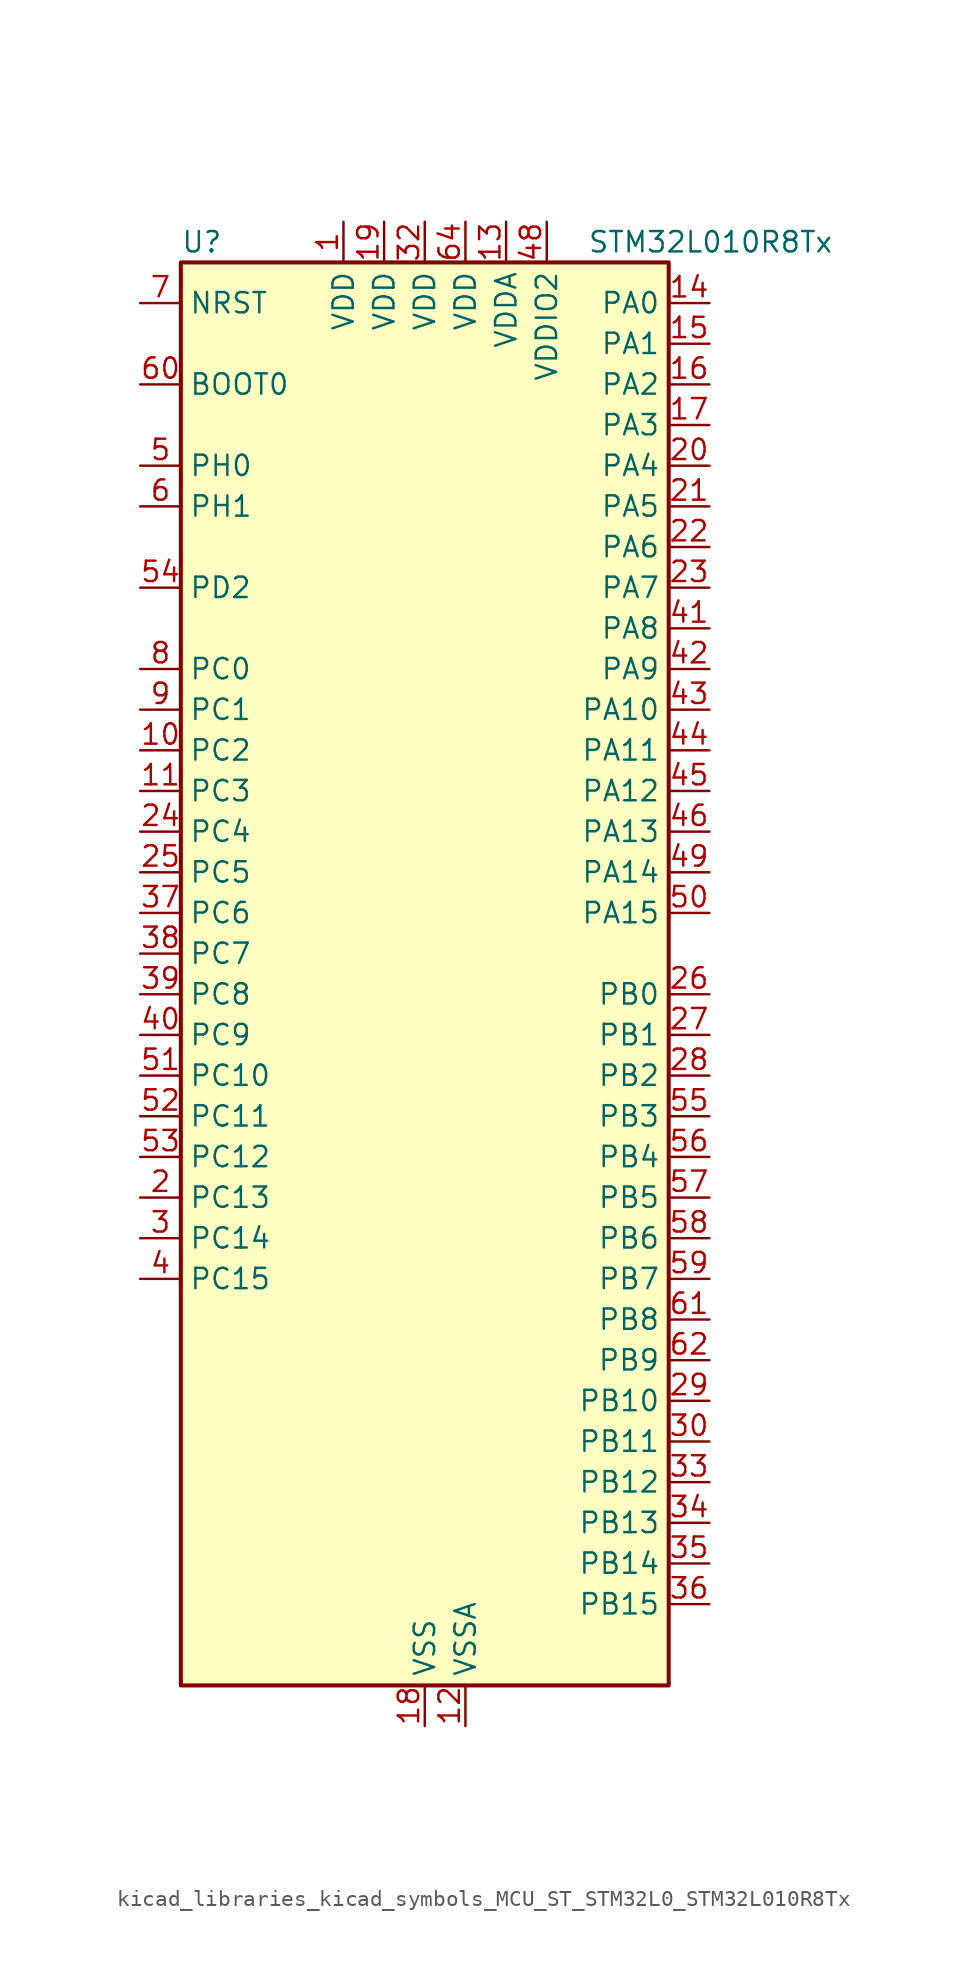
<source format=kicad_sym>
(kicad_symbol_lib
  (version 20220914)
  (generator kicad_symbol_editor)
  (symbol "kicad_libraries_kicad_symbols_MCU_ST_STM32L0_STM32L010R8Tx"
    (property "Reference" "U"
      (at -15.24 46.99 0)
      (effects (font (size 1.27 1.27)) (justify left)))
    (property "Value" "STM32L010R8Tx"
      (at 10.16 46.99 0)
      (effects (font (size 1.27 1.27)) (justify left)))
    (property "ki_locked" ""
      (at 0 0 0)
      (effects (font (size 1.27 1.27))))
    (symbol "kicad_libraries_kicad_symbols_MCU_ST_STM32L0_STM32L010R8Tx_0_1"
      (rectangle (start -15.24 -43.18) (end 15.24 45.72) (stroke (width 0.254) (type default)) (fill (type background))))
    (symbol "kicad_libraries_kicad_symbols_MCU_ST_STM32L0_STM32L010R8Tx_1_1"
      (pin power_in line (at -5.08 48.26 270) (length 2.54) (name "VDD" (effects (font (size 1.27 1.27)))) (number "1" (effects (font (size 1.27 1.27)))))
      (pin bidirectional line (at -17.78 15.24 0) (length 2.54) (name "PC2" (effects (font (size 1.27 1.27)))) (number "10" (effects (font (size 1.27 1.27)))) (alternate "ADC_IN12" bidirectional line) (alternate "LPTIM1_IN2" bidirectional line))
      (pin bidirectional line (at -17.78 12.7 0) (length 2.54) (name "PC3" (effects (font (size 1.27 1.27)))) (number "11" (effects (font (size 1.27 1.27)))) (alternate "ADC_IN13" bidirectional line) (alternate "LPTIM1_ETR" bidirectional line))
      (pin power_in line (at 2.54 -45.72 90) (length 2.54) (name "VSSA" (effects (font (size 1.27 1.27)))) (number "12" (effects (font (size 1.27 1.27)))))
      (pin power_in line (at 5.08 48.26 270) (length 2.54) (name "VDDA" (effects (font (size 1.27 1.27)))) (number "13" (effects (font (size 1.27 1.27)))))
      (pin bidirectional line (at 17.78 43.18 180) (length 2.54) (name "PA0" (effects (font (size 1.27 1.27)))) (number "14" (effects (font (size 1.27 1.27)))) (alternate "ADC_IN0" bidirectional line) (alternate "RTC_TAMP2" bidirectional line) (alternate "SYS_WKUP1" bidirectional line) (alternate "TIM2_CH1" bidirectional line) (alternate "TIM2_ETR" bidirectional line) (alternate "USART2_CTS" bidirectional line))
      (pin bidirectional line (at 17.78 40.64 180) (length 2.54) (name "PA1" (effects (font (size 1.27 1.27)))) (number "15" (effects (font (size 1.27 1.27)))) (alternate "ADC_IN1" bidirectional line) (alternate "TIM21_ETR" bidirectional line) (alternate "TIM2_CH2" bidirectional line) (alternate "USART2_DE" bidirectional line) (alternate "USART2_RTS" bidirectional line))
      (pin bidirectional line (at 17.78 38.1 180) (length 2.54) (name "PA2" (effects (font (size 1.27 1.27)))) (number "16" (effects (font (size 1.27 1.27)))) (alternate "ADC_IN2" bidirectional line) (alternate "TIM21_CH1" bidirectional line) (alternate "TIM2_CH3" bidirectional line) (alternate "USART2_TX" bidirectional line))
      (pin bidirectional line (at 17.78 35.56 180) (length 2.54) (name "PA3" (effects (font (size 1.27 1.27)))) (number "17" (effects (font (size 1.27 1.27)))) (alternate "ADC_IN3" bidirectional line) (alternate "TIM21_CH2" bidirectional line) (alternate "TIM2_CH4" bidirectional line) (alternate "USART2_RX" bidirectional line))
      (pin power_in line (at 0 -45.72 90) (length 2.54) (name "VSS" (effects (font (size 1.27 1.27)))) (number "18" (effects (font (size 1.27 1.27)))))
      (pin power_in line (at -2.54 48.26 270) (length 2.54) (name "VDD" (effects (font (size 1.27 1.27)))) (number "19" (effects (font (size 1.27 1.27)))))
      (pin bidirectional line (at -17.78 -12.7 0) (length 2.54) (name "PC13" (effects (font (size 1.27 1.27)))) (number "2" (effects (font (size 1.27 1.27)))) (alternate "RTC_OUT_ALARM" bidirectional line) (alternate "RTC_OUT_CALIB" bidirectional line) (alternate "RTC_TAMP1" bidirectional line) (alternate "RTC_TS" bidirectional line) (alternate "SYS_WKUP2" bidirectional line))
      (pin bidirectional line (at 17.78 33.02 180) (length 2.54) (name "PA4" (effects (font (size 1.27 1.27)))) (number "20" (effects (font (size 1.27 1.27)))) (alternate "ADC_IN4" bidirectional line) (alternate "SPI1_NSS" bidirectional line) (alternate "USART2_CK" bidirectional line))
      (pin bidirectional line (at 17.78 30.48 180) (length 2.54) (name "PA5" (effects (font (size 1.27 1.27)))) (number "21" (effects (font (size 1.27 1.27)))) (alternate "ADC_IN5" bidirectional line) (alternate "SPI1_SCK" bidirectional line) (alternate "TIM2_CH1" bidirectional line) (alternate "TIM2_ETR" bidirectional line))
      (pin bidirectional line (at 17.78 27.94 180) (length 2.54) (name "PA6" (effects (font (size 1.27 1.27)))) (number "22" (effects (font (size 1.27 1.27)))) (alternate "ADC_IN6" bidirectional line) (alternate "LPUART1_CTS" bidirectional line) (alternate "SPI1_MISO" bidirectional line))
      (pin bidirectional line (at 17.78 25.4 180) (length 2.54) (name "PA7" (effects (font (size 1.27 1.27)))) (number "23" (effects (font (size 1.27 1.27)))) (alternate "ADC_IN7" bidirectional line) (alternate "SPI1_MOSI" bidirectional line))
      (pin bidirectional line (at -17.78 10.16 0) (length 2.54) (name "PC4" (effects (font (size 1.27 1.27)))) (number "24" (effects (font (size 1.27 1.27)))) (alternate "ADC_IN14" bidirectional line) (alternate "LPUART1_TX" bidirectional line))
      (pin bidirectional line (at -17.78 7.62 0) (length 2.54) (name "PC5" (effects (font (size 1.27 1.27)))) (number "25" (effects (font (size 1.27 1.27)))) (alternate "ADC_IN15" bidirectional line) (alternate "LPUART1_RX" bidirectional line))
      (pin bidirectional line (at 17.78 0 180) (length 2.54) (name "PB0" (effects (font (size 1.27 1.27)))) (number "26" (effects (font (size 1.27 1.27)))) (alternate "ADC_IN8" bidirectional line) (alternate "SYS_VREF_OUT_PB0" bidirectional line))
      (pin bidirectional line (at 17.78 -2.54 180) (length 2.54) (name "PB1" (effects (font (size 1.27 1.27)))) (number "27" (effects (font (size 1.27 1.27)))) (alternate "ADC_IN9" bidirectional line) (alternate "LPUART1_DE" bidirectional line) (alternate "LPUART1_RTS" bidirectional line) (alternate "SYS_VREF_OUT_PB1" bidirectional line))
      (pin bidirectional line (at 17.78 -5.08 180) (length 2.54) (name "PB2" (effects (font (size 1.27 1.27)))) (number "28" (effects (font (size 1.27 1.27)))) (alternate "LPTIM1_OUT" bidirectional line))
      (pin bidirectional line (at 17.78 -25.4 180) (length 2.54) (name "PB10" (effects (font (size 1.27 1.27)))) (number "29" (effects (font (size 1.27 1.27)))) (alternate "LPUART1_TX" bidirectional line) (alternate "TIM2_CH3" bidirectional line))
      (pin bidirectional line (at -17.78 -15.24 0) (length 2.54) (name "PC14" (effects (font (size 1.27 1.27)))) (number "3" (effects (font (size 1.27 1.27)))) (alternate "RCC_OSC32_IN" bidirectional line))
      (pin bidirectional line (at 17.78 -27.94 180) (length 2.54) (name "PB11" (effects (font (size 1.27 1.27)))) (number "30" (effects (font (size 1.27 1.27)))) (alternate "ADC_EXTI11" bidirectional line) (alternate "LPUART1_RX" bidirectional line) (alternate "TIM2_CH4" bidirectional line))
      (pin passive line (at 0 -45.72 90) (length 2.54) hide (name "VSS" (effects (font (size 1.27 1.27)))) (number "31" (effects (font (size 1.27 1.27)))))
      (pin power_in line (at 0 48.26 270) (length 2.54) (name "VDD" (effects (font (size 1.27 1.27)))) (number "32" (effects (font (size 1.27 1.27)))))
      (pin bidirectional line (at 17.78 -30.48 180) (length 2.54) (name "PB12" (effects (font (size 1.27 1.27)))) (number "33" (effects (font (size 1.27 1.27)))) (alternate "LPUART1_DE" bidirectional line) (alternate "LPUART1_RTS" bidirectional line))
      (pin bidirectional line (at 17.78 -33.02 180) (length 2.54) (name "PB13" (effects (font (size 1.27 1.27)))) (number "34" (effects (font (size 1.27 1.27)))) (alternate "LPUART1_CTS" bidirectional line) (alternate "TIM21_CH1" bidirectional line))
      (pin bidirectional line (at 17.78 -35.56 180) (length 2.54) (name "PB14" (effects (font (size 1.27 1.27)))) (number "35" (effects (font (size 1.27 1.27)))) (alternate "LPUART1_DE" bidirectional line) (alternate "LPUART1_RTS" bidirectional line) (alternate "RTC_OUT_ALARM" bidirectional line) (alternate "RTC_OUT_CALIB" bidirectional line) (alternate "TIM21_CH2" bidirectional line))
      (pin bidirectional line (at 17.78 -38.1 180) (length 2.54) (name "PB15" (effects (font (size 1.27 1.27)))) (number "36" (effects (font (size 1.27 1.27)))) (alternate "RTC_REFIN" bidirectional line))
      (pin bidirectional line (at -17.78 5.08 0) (length 2.54) (name "PC6" (effects (font (size 1.27 1.27)))) (number "37" (effects (font (size 1.27 1.27)))))
      (pin bidirectional line (at -17.78 2.54 0) (length 2.54) (name "PC7" (effects (font (size 1.27 1.27)))) (number "38" (effects (font (size 1.27 1.27)))))
      (pin bidirectional line (at -17.78 0 0) (length 2.54) (name "PC8" (effects (font (size 1.27 1.27)))) (number "39" (effects (font (size 1.27 1.27)))))
      (pin bidirectional line (at -17.78 -17.78 0) (length 2.54) (name "PC15" (effects (font (size 1.27 1.27)))) (number "4" (effects (font (size 1.27 1.27)))) (alternate "RCC_OSC32_OUT" bidirectional line))
      (pin bidirectional line (at -17.78 -2.54 0) (length 2.54) (name "PC9" (effects (font (size 1.27 1.27)))) (number "40" (effects (font (size 1.27 1.27)))) (alternate "TIM21_ETR" bidirectional line))
      (pin bidirectional line (at 17.78 22.86 180) (length 2.54) (name "PA8" (effects (font (size 1.27 1.27)))) (number "41" (effects (font (size 1.27 1.27)))) (alternate "RCC_MCO" bidirectional line))
      (pin bidirectional line (at 17.78 20.32 180) (length 2.54) (name "PA9" (effects (font (size 1.27 1.27)))) (number "42" (effects (font (size 1.27 1.27)))) (alternate "RCC_MCO" bidirectional line))
      (pin bidirectional line (at 17.78 17.78 180) (length 2.54) (name "PA10" (effects (font (size 1.27 1.27)))) (number "43" (effects (font (size 1.27 1.27)))))
      (pin bidirectional line (at 17.78 15.24 180) (length 2.54) (name "PA11" (effects (font (size 1.27 1.27)))) (number "44" (effects (font (size 1.27 1.27)))) (alternate "ADC_EXTI11" bidirectional line) (alternate "SPI1_MISO" bidirectional line))
      (pin bidirectional line (at 17.78 12.7 180) (length 2.54) (name "PA12" (effects (font (size 1.27 1.27)))) (number "45" (effects (font (size 1.27 1.27)))) (alternate "SPI1_MOSI" bidirectional line))
      (pin bidirectional line (at 17.78 10.16 180) (length 2.54) (name "PA13" (effects (font (size 1.27 1.27)))) (number "46" (effects (font (size 1.27 1.27)))) (alternate "SYS_SWDIO" bidirectional line))
      (pin passive line (at 0 -45.72 90) (length 2.54) hide (name "VSS" (effects (font (size 1.27 1.27)))) (number "47" (effects (font (size 1.27 1.27)))))
      (pin power_in line (at 7.62 48.26 270) (length 2.54) (name "VDDIO2" (effects (font (size 1.27 1.27)))) (number "48" (effects (font (size 1.27 1.27)))))
      (pin bidirectional line (at 17.78 7.62 180) (length 2.54) (name "PA14" (effects (font (size 1.27 1.27)))) (number "49" (effects (font (size 1.27 1.27)))) (alternate "SYS_SWCLK" bidirectional line) (alternate "USART2_TX" bidirectional line))
      (pin bidirectional line (at -17.78 33.02 0) (length 2.54) (name "PH0" (effects (font (size 1.27 1.27)))) (number "5" (effects (font (size 1.27 1.27)))) (alternate "RCC_OSC_IN" bidirectional line))
      (pin bidirectional line (at 17.78 5.08 180) (length 2.54) (name "PA15" (effects (font (size 1.27 1.27)))) (number "50" (effects (font (size 1.27 1.27)))) (alternate "SPI1_NSS" bidirectional line) (alternate "TIM2_CH1" bidirectional line) (alternate "TIM2_ETR" bidirectional line) (alternate "USART2_RX" bidirectional line))
      (pin bidirectional line (at -17.78 -5.08 0) (length 2.54) (name "PC10" (effects (font (size 1.27 1.27)))) (number "51" (effects (font (size 1.27 1.27)))) (alternate "LPUART1_TX" bidirectional line))
      (pin bidirectional line (at -17.78 -7.62 0) (length 2.54) (name "PC11" (effects (font (size 1.27 1.27)))) (number "52" (effects (font (size 1.27 1.27)))) (alternate "ADC_EXTI11" bidirectional line) (alternate "LPUART1_RX" bidirectional line))
      (pin bidirectional line (at -17.78 -10.16 0) (length 2.54) (name "PC12" (effects (font (size 1.27 1.27)))) (number "53" (effects (font (size 1.27 1.27)))))
      (pin bidirectional line (at -17.78 25.4 0) (length 2.54) (name "PD2" (effects (font (size 1.27 1.27)))) (number "54" (effects (font (size 1.27 1.27)))) (alternate "LPUART1_DE" bidirectional line) (alternate "LPUART1_RTS" bidirectional line))
      (pin bidirectional line (at 17.78 -7.62 180) (length 2.54) (name "PB3" (effects (font (size 1.27 1.27)))) (number "55" (effects (font (size 1.27 1.27)))) (alternate "SPI1_SCK" bidirectional line) (alternate "TIM2_CH2" bidirectional line))
      (pin bidirectional line (at 17.78 -10.16 180) (length 2.54) (name "PB4" (effects (font (size 1.27 1.27)))) (number "56" (effects (font (size 1.27 1.27)))) (alternate "SPI1_MISO" bidirectional line))
      (pin bidirectional line (at 17.78 -12.7 180) (length 2.54) (name "PB5" (effects (font (size 1.27 1.27)))) (number "57" (effects (font (size 1.27 1.27)))) (alternate "I2C1_SMBA" bidirectional line) (alternate "LPTIM1_IN1" bidirectional line) (alternate "SPI1_MOSI" bidirectional line))
      (pin bidirectional line (at 17.78 -15.24 180) (length 2.54) (name "PB6" (effects (font (size 1.27 1.27)))) (number "58" (effects (font (size 1.27 1.27)))) (alternate "I2C1_SCL" bidirectional line) (alternate "LPTIM1_ETR" bidirectional line))
      (pin bidirectional line (at 17.78 -17.78 180) (length 2.54) (name "PB7" (effects (font (size 1.27 1.27)))) (number "59" (effects (font (size 1.27 1.27)))) (alternate "I2C1_SDA" bidirectional line) (alternate "LPTIM1_IN2" bidirectional line) (alternate "SYS_PVD_IN" bidirectional line))
      (pin bidirectional line (at -17.78 30.48 0) (length 2.54) (name "PH1" (effects (font (size 1.27 1.27)))) (number "6" (effects (font (size 1.27 1.27)))) (alternate "RCC_OSC_OUT" bidirectional line))
      (pin input line (at -17.78 38.1 0) (length 2.54) (name "BOOT0" (effects (font (size 1.27 1.27)))) (number "60" (effects (font (size 1.27 1.27)))))
      (pin bidirectional line (at 17.78 -20.32 180) (length 2.54) (name "PB8" (effects (font (size 1.27 1.27)))) (number "61" (effects (font (size 1.27 1.27)))) (alternate "I2C1_SCL" bidirectional line))
      (pin bidirectional line (at 17.78 -22.86 180) (length 2.54) (name "PB9" (effects (font (size 1.27 1.27)))) (number "62" (effects (font (size 1.27 1.27)))) (alternate "I2C1_SDA" bidirectional line))
      (pin passive line (at 0 -45.72 90) (length 2.54) hide (name "VSS" (effects (font (size 1.27 1.27)))) (number "63" (effects (font (size 1.27 1.27)))))
      (pin power_in line (at 2.54 48.26 270) (length 2.54) (name "VDD" (effects (font (size 1.27 1.27)))) (number "64" (effects (font (size 1.27 1.27)))))
      (pin input line (at -17.78 43.18 0) (length 2.54) (name "NRST" (effects (font (size 1.27 1.27)))) (number "7" (effects (font (size 1.27 1.27)))))
      (pin bidirectional line (at -17.78 20.32 0) (length 2.54) (name "PC0" (effects (font (size 1.27 1.27)))) (number "8" (effects (font (size 1.27 1.27)))) (alternate "ADC_IN10" bidirectional line) (alternate "LPTIM1_IN1" bidirectional line))
      (pin bidirectional line (at -17.78 17.78 0) (length 2.54) (name "PC1" (effects (font (size 1.27 1.27)))) (number "9" (effects (font (size 1.27 1.27)))) (alternate "ADC_IN11" bidirectional line) (alternate "LPTIM1_OUT" bidirectional line)))))
</source>
